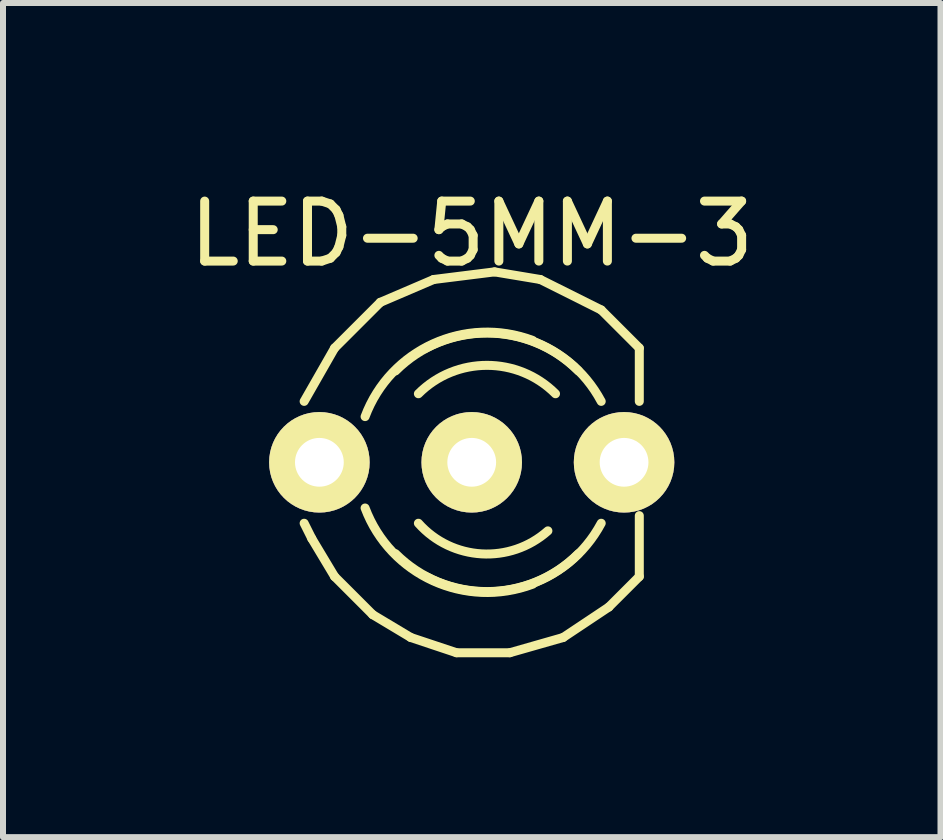
<source format=kicad_pcb>
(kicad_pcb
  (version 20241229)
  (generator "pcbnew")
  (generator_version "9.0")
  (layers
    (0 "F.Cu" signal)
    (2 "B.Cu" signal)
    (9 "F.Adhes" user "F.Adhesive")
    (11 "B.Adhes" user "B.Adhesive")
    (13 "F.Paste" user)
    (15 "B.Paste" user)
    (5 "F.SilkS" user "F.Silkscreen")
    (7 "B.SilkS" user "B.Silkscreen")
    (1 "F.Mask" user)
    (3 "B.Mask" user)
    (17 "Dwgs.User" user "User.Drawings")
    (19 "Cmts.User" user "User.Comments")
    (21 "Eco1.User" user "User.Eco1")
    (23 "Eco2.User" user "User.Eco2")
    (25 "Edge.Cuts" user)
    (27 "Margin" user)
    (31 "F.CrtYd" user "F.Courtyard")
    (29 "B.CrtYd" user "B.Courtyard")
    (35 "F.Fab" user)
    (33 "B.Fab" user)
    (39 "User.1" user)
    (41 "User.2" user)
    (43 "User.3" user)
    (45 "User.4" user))
  (footprint "LED-5MM-3"
    (layer "F.Cu")
    (at 4.815 4.658)
    (property "Reference" "LED-5MM-3" (at 0 -3.81 0) (layer "F.SilkS") (effects (font (size 1 1) (thickness 0.15))))
    (attr through_hole)
    (fp_line (start -2.667 1.27) (end -2.794 1.016) (stroke (width 0.15) (type solid)) (layer "F.SilkS"))
    (fp_line (start -2.286 -1.905) (end -2.794 -1.016) (stroke (width 0.15) (type solid)) (layer "F.SilkS"))
    (fp_line (start -2.286 1.905) (end -2.667 1.27) (stroke (width 0.15) (type solid)) (layer "F.SilkS"))
    (fp_line (start -1.651 2.54) (end -2.286 1.905) (stroke (width 0.15) (type solid)) (layer "F.SilkS"))
    (fp_line (start -1.524 -2.667) (end -2.286 -1.905) (stroke (width 0.15) (type solid)) (layer "F.SilkS"))
    (fp_line (start -1.016 2.921) (end -1.651 2.54) (stroke (width 0.15) (type solid)) (layer "F.SilkS"))
    (fp_line (start -0.635 -3.048) (end -1.524 -2.667) (stroke (width 0.15) (type solid)) (layer "F.SilkS"))
    (fp_line (start -0.254 3.175) (end -1.016 2.921) (stroke (width 0.15) (type solid)) (layer "F.SilkS"))
    (fp_line (start 0.381 -3.175) (end -0.635 -3.048) (stroke (width 0.15) (type solid)) (layer "F.SilkS"))
    (fp_line (start 0.635 3.175) (end -0.254 3.175) (stroke (width 0.15) (type solid)) (layer "F.SilkS"))
    (fp_line (start 1.143 -3.048) (end 0.381 -3.175) (stroke (width 0.15) (type solid)) (layer "F.SilkS"))
    (fp_line (start 1.524 2.921) (end 0.635 3.175) (stroke (width 0.15) (type solid)) (layer "F.SilkS"))
    (fp_line (start 2.159 -2.54) (end 1.143 -3.048) (stroke (width 0.15) (type solid)) (layer "F.SilkS"))
    (fp_line (start 2.286 2.413) (end 1.524 2.921) (stroke (width 0.15) (type solid)) (layer "F.SilkS"))
    (fp_line (start 2.794 -1.905) (end 2.159 -2.54) (stroke (width 0.15) (type solid)) (layer "F.SilkS"))
    (fp_line (start 2.794 -1.905) (end 2.794 -1.016) (stroke (width 0.15) (type solid)) (layer "F.SilkS"))
    (fp_line (start 2.794 0.889) (end 2.794 1.905) (stroke (width 0.15) (type solid)) (layer "F.SilkS"))
    (fp_line (start 2.794 1.905) (end 2.286 2.413) (stroke (width 0.15) (type solid)) (layer "F.SilkS"))
    (fp_arc (start -1.778 -0.762) (mid -0.644026 -1.975656) (end 1.016 -2.032) (stroke (width 0.15) (type solid)) (layer "F.SilkS"))
    (fp_arc (start -1.27 -1.524) (mid 0.254 -2.155261) (end 1.778 -1.524) (stroke (width 0.15) (type solid)) (layer "F.SilkS"))
    (fp_arc (start -0.889 -1.143) (mid 0.254 -1.616446) (end 1.397 -1.143) (stroke (width 0.15) (type solid)) (layer "F.SilkS"))
    (fp_arc (start -0.762 -1.905) (mid 0.882618 -2.065459) (end 2.159 -1.016) (stroke (width 0.15) (type solid)) (layer "F.SilkS"))
    (fp_arc (start 1.016 2.032) (mid -0.644026 1.975656) (end -1.778 0.762) (stroke (width 0.15) (type solid)) (layer "F.SilkS"))
    (fp_arc (start 1.27 1.143) (mid 0.164197 1.526644) (end -0.889 1.016) (stroke (width 0.15) (type solid)) (layer "F.SilkS"))
    (fp_arc (start 1.778 1.524) (mid 0.254 2.155261) (end -1.27 1.524) (stroke (width 0.15) (type solid)) (layer "F.SilkS"))
    (fp_arc (start 2.159 1.016) (mid 0.882618 2.065459) (end -0.762 1.905) (stroke (width 0.15) (type solid)) (layer "F.SilkS"))
    (pad "1" thru_hole circle (at 2.54 0) (size 1.676 1.676) (drill 0.813) (layers "*.Cu" "*.Mask" "F.SilkS"))
    (pad "2" thru_hole circle (at 0 0) (size 1.676 1.676) (drill 0.813) (layers "*.Cu" "*.Mask" "F.SilkS"))
    (pad "3" thru_hole circle (at -2.54 0) (size 1.676 1.676) (drill 0.813) (layers "*.Cu" "*.Mask" "F.SilkS")))
  (gr_rect
    (start -3 -3)
    (end 12.631 10.908)
    (stroke (width 0.1) (type default))
    (fill no)
    (layer "Edge.Cuts")))
</source>
